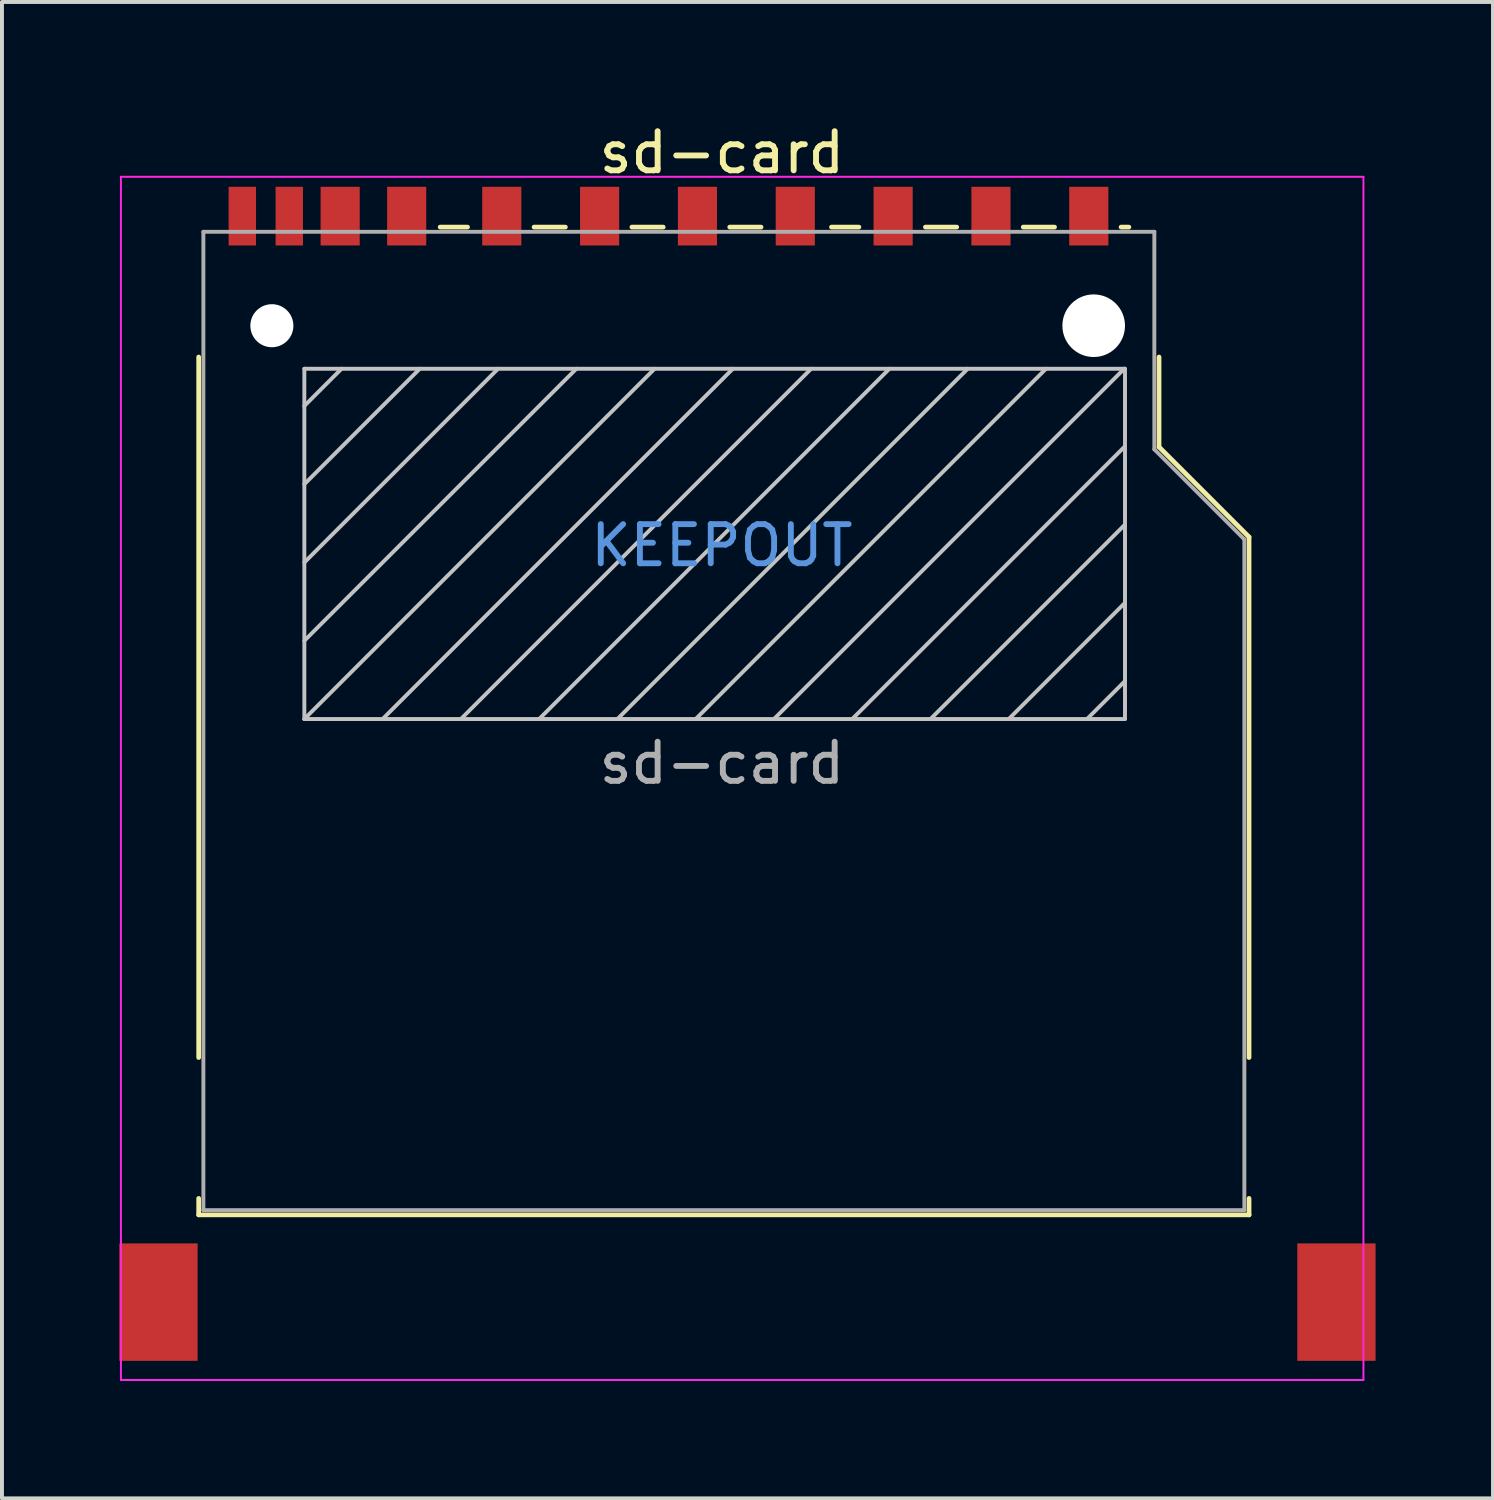
<source format=kicad_pcb>
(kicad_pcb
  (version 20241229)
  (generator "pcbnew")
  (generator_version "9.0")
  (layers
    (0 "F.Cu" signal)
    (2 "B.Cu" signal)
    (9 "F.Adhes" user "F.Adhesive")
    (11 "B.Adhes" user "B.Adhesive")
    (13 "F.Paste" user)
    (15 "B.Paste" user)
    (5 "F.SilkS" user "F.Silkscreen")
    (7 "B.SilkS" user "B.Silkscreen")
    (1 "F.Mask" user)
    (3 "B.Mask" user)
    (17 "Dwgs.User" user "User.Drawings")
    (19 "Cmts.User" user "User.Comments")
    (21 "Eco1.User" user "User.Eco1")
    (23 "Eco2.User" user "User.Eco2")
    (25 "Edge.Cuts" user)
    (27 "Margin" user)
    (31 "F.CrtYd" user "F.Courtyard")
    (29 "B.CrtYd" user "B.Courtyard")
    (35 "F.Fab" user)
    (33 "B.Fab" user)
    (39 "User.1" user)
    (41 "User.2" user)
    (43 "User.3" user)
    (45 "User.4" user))
  (footprint "sd-card"
    (layer "F.Cu")
    (at 15.28 14.433)
    (property "Reference" "sd-card" (at 0.117 -13.585 0) (layer "F.SilkS") (effects (font (size 1 1) (thickness 0.15))))
    (attr smd)
    (fp_line (start -13.253 -8.36) (end -13.253 9.54) (stroke (width 0.12) (type solid)) (layer "F.SilkS"))
    (fp_line (start -13.253 13.14) (end -13.253 13.56) (stroke (width 0.12) (type solid)) (layer "F.SilkS"))
    (fp_line (start -13.253 13.56) (end 13.587 13.56) (stroke (width 0.12) (type solid)) (layer "F.SilkS"))
    (fp_line (start -7.083 -11.68) (end -6.383 -11.68) (stroke (width 0.12) (type solid)) (layer "F.SilkS"))
    (fp_line (start -4.683 -11.68) (end -3.883 -11.68) (stroke (width 0.12) (type solid)) (layer "F.SilkS"))
    (fp_line (start -2.183 -11.68) (end -1.383 -11.68) (stroke (width 0.12) (type solid)) (layer "F.SilkS"))
    (fp_line (start 0.317 -11.68) (end 1.117 -11.68) (stroke (width 0.12) (type solid)) (layer "F.SilkS"))
    (fp_line (start 2.917 -11.68) (end 3.617 -11.68) (stroke (width 0.12) (type solid)) (layer "F.SilkS"))
    (fp_line (start 5.317 -11.68) (end 6.117 -11.68) (stroke (width 0.12) (type solid)) (layer "F.SilkS"))
    (fp_line (start 7.817 -11.68) (end 8.617 -11.68) (stroke (width 0.12) (type solid)) (layer "F.SilkS"))
    (fp_line (start 10.317 -11.68) (end 10.517 -11.68) (stroke (width 0.12) (type solid)) (layer "F.SilkS"))
    (fp_line (start 11.287 -8.36) (end 11.287 -6.06) (stroke (width 0.12) (type solid)) (layer "F.SilkS"))
    (fp_line (start 11.287 -6.06) (end 13.587 -3.76) (stroke (width 0.12) (type solid)) (layer "F.SilkS"))
    (fp_line (start 13.587 -3.76) (end 13.587 9.54) (stroke (width 0.12) (type solid)) (layer "F.SilkS"))
    (fp_line (start 13.587 13.56) (end 13.587 13.14) (stroke (width 0.12) (type solid)) (layer "F.SilkS"))
    (fp_line (start -10.553 -8.06) (end -10.553 0.89) (stroke (width 0.1) (type solid)) (layer "Dwgs.User"))
    (fp_line (start -10.553 0.89) (end 10.417 0.89) (stroke (width 0.1) (type solid)) (layer "Dwgs.User"))
    (fp_line (start -9.603 -8.06) (end -10.553 -7.11) (stroke (width 0.1) (type solid)) (layer "Dwgs.User"))
    (fp_line (start -7.603 -8.06) (end -10.553 -5.11) (stroke (width 0.1) (type solid)) (layer "Dwgs.User"))
    (fp_line (start -5.603 -8.06) (end -10.553 -3.11) (stroke (width 0.1) (type solid)) (layer "Dwgs.User"))
    (fp_line (start -3.603 -8.06) (end -10.553 -1.11) (stroke (width 0.1) (type solid)) (layer "Dwgs.User"))
    (fp_line (start -1.603 -8.06) (end -10.553 0.89) (stroke (width 0.1) (type solid)) (layer "Dwgs.User"))
    (fp_line (start 0.397 -8.06) (end -8.553 0.89) (stroke (width 0.1) (type solid)) (layer "Dwgs.User"))
    (fp_line (start 2.397 -8.06) (end -6.553 0.89) (stroke (width 0.1) (type solid)) (layer "Dwgs.User"))
    (fp_line (start 4.397 -8.06) (end -4.553 0.89) (stroke (width 0.1) (type solid)) (layer "Dwgs.User"))
    (fp_line (start 6.397 -8.06) (end -2.553 0.89) (stroke (width 0.1) (type solid)) (layer "Dwgs.User"))
    (fp_line (start 8.397 -8.06) (end -0.553 0.89) (stroke (width 0.1) (type solid)) (layer "Dwgs.User"))
    (fp_line (start 10.397 -8.06) (end 1.447 0.89) (stroke (width 0.1) (type solid)) (layer "Dwgs.User"))
    (fp_line (start 10.417 -8.06) (end -10.553 -8.06) (stroke (width 0.1) (type solid)) (layer "Dwgs.User"))
    (fp_line (start 10.417 -6.08) (end 3.447 0.89) (stroke (width 0.1) (type solid)) (layer "Dwgs.User"))
    (fp_line (start 10.417 -4.08) (end 5.447 0.89) (stroke (width 0.1) (type solid)) (layer "Dwgs.User"))
    (fp_line (start 10.417 -2.08) (end 7.447 0.89) (stroke (width 0.1) (type solid)) (layer "Dwgs.User"))
    (fp_line (start 10.417 -0.08) (end 9.447 0.89) (stroke (width 0.1) (type solid)) (layer "Dwgs.User"))
    (fp_line (start 10.417 0.89) (end 10.417 -8.06) (stroke (width 0.1) (type solid)) (layer "Dwgs.User"))
    (fp_line (start -15.24 -12.965) (end -15.24 17.78) (stroke (width 0.05) (type solid)) (layer "F.CrtYd"))
    (fp_line (start -15.24 -12.965) (end 16.51 -12.965) (stroke (width 0.05) (type solid)) (layer "F.CrtYd"))
    (fp_line (start 16.51 17.78) (end -15.24 17.78) (stroke (width 0.05) (type solid)) (layer "F.CrtYd"))
    (fp_line (start 16.51 17.78) (end 16.51 -12.965) (stroke (width 0.05) (type solid)) (layer "F.CrtYd"))
    (fp_line (start -13.133 -11.56) (end -13.133 13.44) (stroke (width 0.1) (type solid)) (layer "F.Fab"))
    (fp_line (start -13.133 13.44) (end 13.467 13.44) (stroke (width 0.1) (type solid)) (layer "F.Fab"))
    (fp_line (start 11.167 -11.56) (end -13.133 -11.56) (stroke (width 0.1) (type solid)) (layer "F.Fab"))
    (fp_line (start 11.167 -6) (end 11.167 -11.56) (stroke (width 0.1) (type solid)) (layer "F.Fab"))
    (fp_line (start 13.467 -3.7) (end 11.167 -6) (stroke (width 0.1) (type solid)) (layer "F.Fab"))
    (fp_line (start 13.467 13.44) (end 13.467 -3.7) (stroke (width 0.1) (type solid)) (layer "F.Fab"))
    (fp_text user "KEEPOUT" (at 0.117 -3.545 0) (layer "Cmts.User") (effects (font (size 1 1) (thickness 0.15))))
    (fp_text user "${REFERENCE}" (at 0.117 2.015 0) (layer "F.Fab") (effects (font (size 1 1) (thickness 0.15))))
    (pad "" np_thru_hole circle (at -11.383 -9.16) (size 1.1 1.1) (drill 1.1) (layers "*.Cu" "*.Mask"))
    (pad "" np_thru_hole circle (at 9.617 -9.16) (size 1.6 1.6) (drill 1.6) (layers "*.Cu" "*.Mask"))
    (pad "1" smd rect (at 6.992 -11.96) (size 1 1.5) (layers "F.Cu" "F.Mask" "F.Paste"))
    (pad "2" smd rect (at 4.492 -11.96) (size 1 1.5) (layers "F.Cu" "F.Mask" "F.Paste"))
    (pad "3" smd rect (at 1.992 -11.96) (size 1 1.5) (layers "F.Cu" "F.Mask" "F.Paste"))
    (pad "4" smd rect (at -0.508 -11.96) (size 1 1.5) (layers "F.Cu" "F.Mask" "F.Paste"))
    (pad "5" smd rect (at -3.008 -11.96) (size 1 1.5) (layers "F.Cu" "F.Mask" "F.Paste"))
    (pad "6" smd rect (at -5.508 -11.96) (size 1 1.5) (layers "F.Cu" "F.Mask" "F.Paste"))
    (pad "7" smd rect (at -7.938 -11.96) (size 1 1.5) (layers "F.Cu" "F.Mask" "F.Paste"))
    (pad "8" smd rect (at -9.638 -11.96) (size 1 1.5) (layers "F.Cu" "F.Mask" "F.Paste"))
    (pad "9" smd rect (at 9.492 -11.96) (size 1 1.5) (layers "F.Cu" "F.Mask" "F.Paste"))
    (pad "10" smd rect (at -10.938 -11.96) (size 0.7 1.5) (layers "F.Cu" "F.Mask" "F.Paste"))
    (pad "11" smd rect (at -12.138 -11.96) (size 0.7 1.5) (layers "F.Cu" "F.Mask" "F.Paste"))
    (pad "12" smd rect (at -14.28 15.79) (size 2 3) (layers "F.Cu" "F.Mask" "F.Paste"))
    (pad "12" smd rect (at 15.82 15.79) (size 2 3) (layers "F.Cu" "F.Mask" "F.Paste")))
  (gr_rect
    (start -3 -3)
    (end 35.1 35.238)
    (stroke (width 0.1) (type default))
    (fill no)
    (layer "Edge.Cuts")))
</source>
